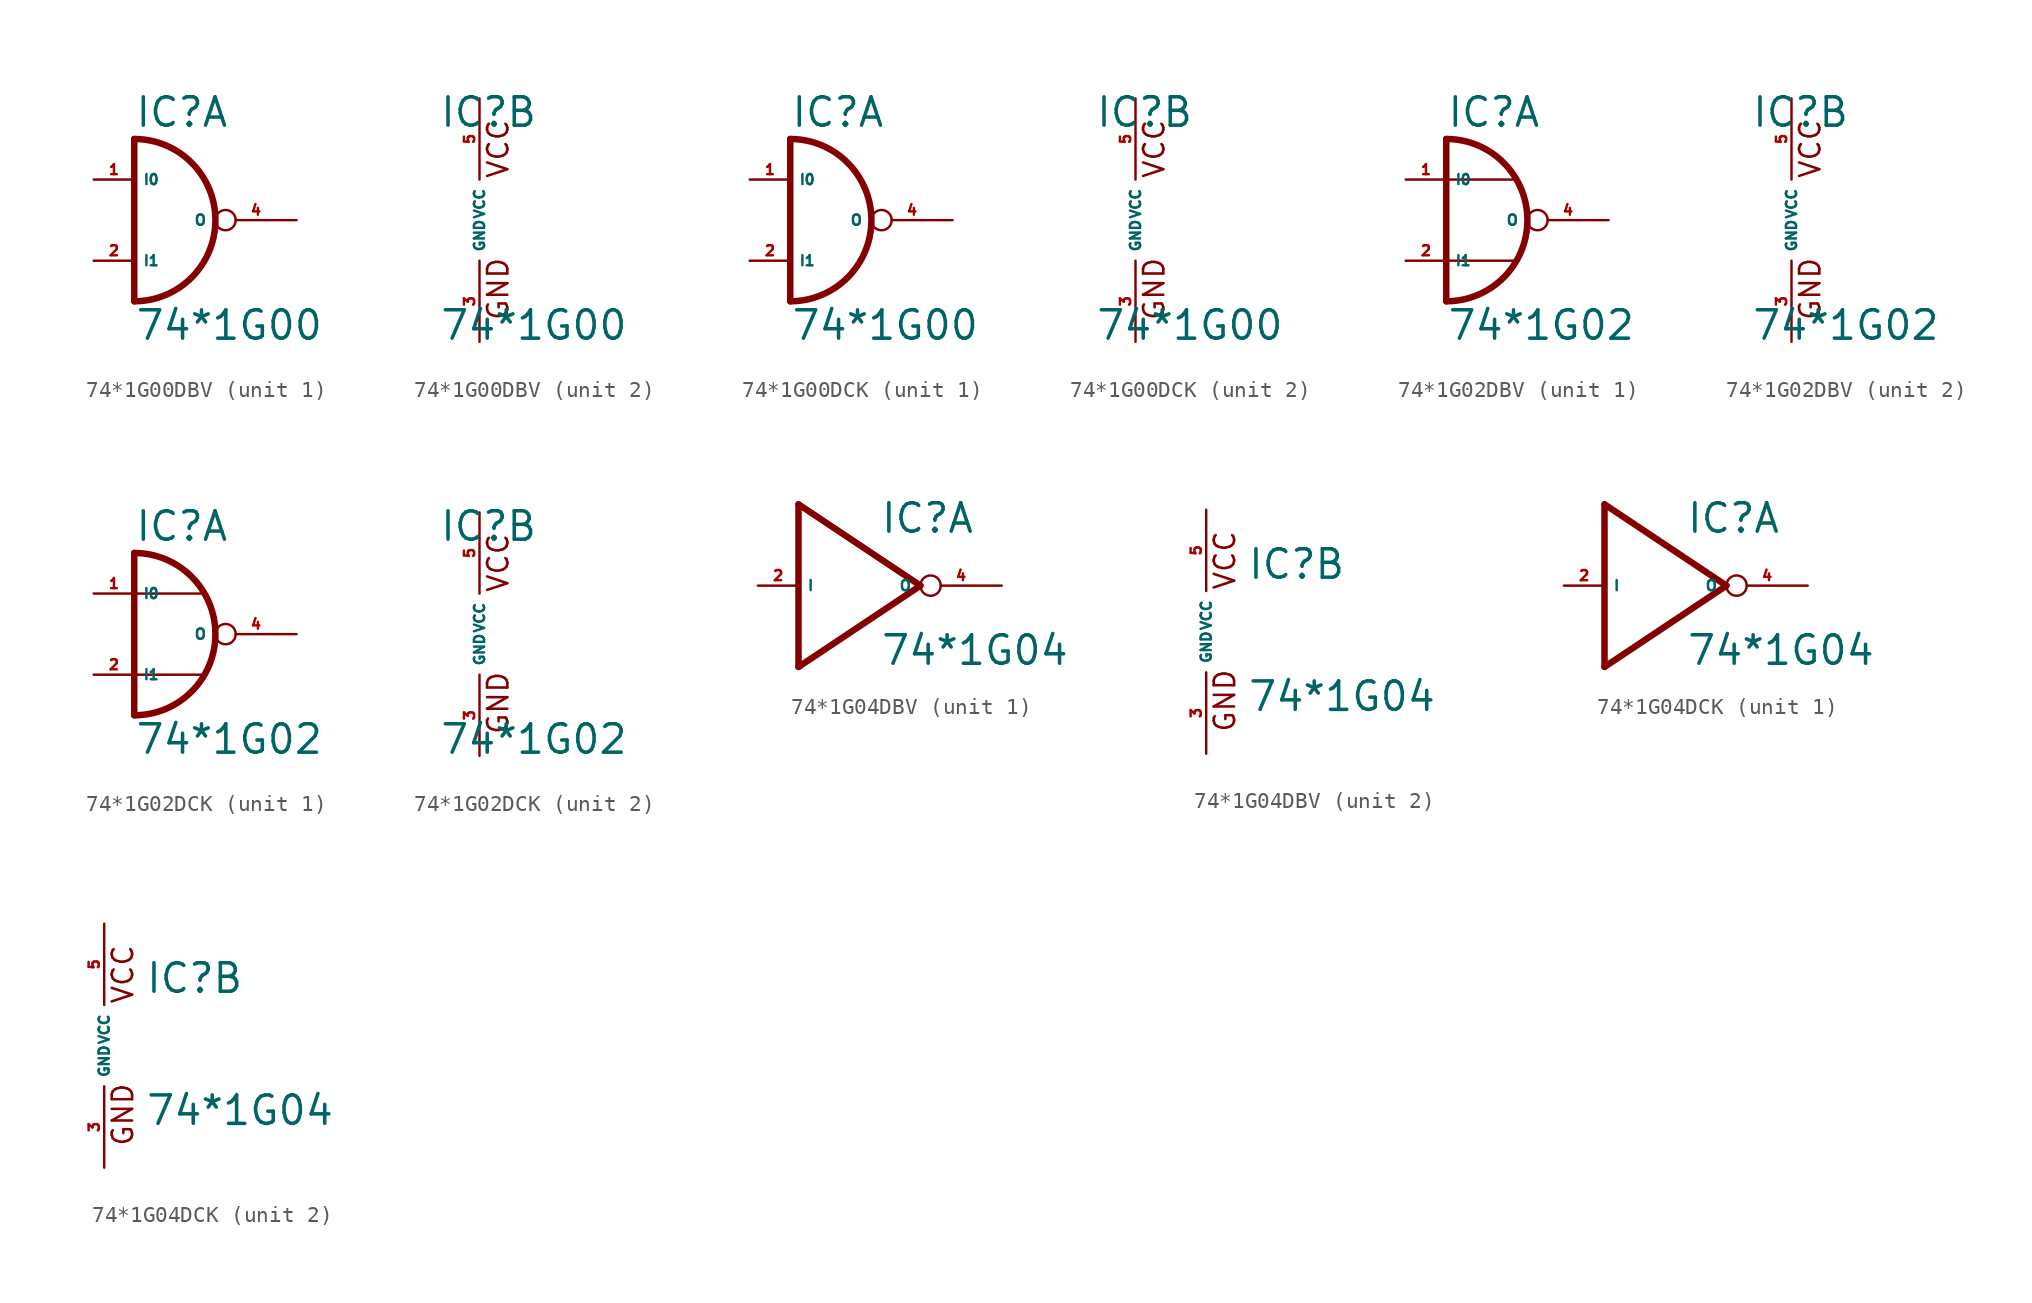
<source format=kicad_sym>
(kicad_symbol_lib
  (version 20220914)
  (generator Eagle2Kicad)
  (symbol "74*1G00DBV"
    (property "Reference" "IC"
      (at -2.54 5.715 0)
      (effects (font (size 1.778 1.778) (thickness 0.22)) (justify left bottom)))
    (property "Value" "74*1G00"
      (at -2.54 -7.62 0)
      (effects (font (size 1.778 1.778) (thickness 0.22)) (justify left bottom)))
    (symbol "74*1G00DBV_1_0"
      (polyline (pts (xy -2.54 5.08) (xy -2.54 -5.08)) (stroke (width 0.406) (type default)) (fill (type none)))
      (arc (start -2.54 -5.08) (mid 2.540 0.000) (end -2.54 5.08) (stroke (width 0.4064) (type default)) (fill (type none)))
      (pin input line (at -5.08 2.54 0) (length 2.54) (name "I0" (effects (font (size 0.635 0.635) (thickness 0.08)) (justify left bottom))) (number "1" (effects (font (size 0.635 0.635) (thickness 0.08)) (justify left bottom))))
      (pin input line (at -5.08 -2.54 0) (length 2.54) (name "I1" (effects (font (size 0.635 0.635) (thickness 0.08)) (justify left bottom))) (number "2" (effects (font (size 0.635 0.635) (thickness 0.08)) (justify left bottom))))
      (pin output inverted (at 7.62 0 180) (length 5.08) (name "O" (effects (font (size 0.635 0.635) (thickness 0.08)) (justify left bottom))) (number "4" (effects (font (size 0.635 0.635) (thickness 0.08)) (justify left bottom)))))
    (symbol "74*1G00DBV_2_0"
      (text "GND" (at 1.905 -6.35 900) (effects (font (size 1.27 1.27) (thickness 0.16)) (justify left bottom)))
      (text "VCC" (at 1.905 2.54 900) (effects (font (size 1.27 1.27) (thickness 0.16)) (justify left bottom)))
      (pin unspecified line (at 0 -7.62 90) (length 5.08) (name "GND" (effects (font (size 0.635 0.635) (thickness 0.08)) (justify left bottom))) (number "3" (effects (font (size 0.635 0.635) (thickness 0.08)) (justify left bottom))))
      (pin unspecified line (at 0 7.62 270) (length 5.08) (name "VCC" (effects (font (size 0.635 0.635) (thickness 0.08)) (justify left bottom))) (number "5" (effects (font (size 0.635 0.635) (thickness 0.08)) (justify left bottom))))))
  (symbol "74*1G00DCK"
    (property "Reference" "IC"
      (at -2.54 5.715 0)
      (effects (font (size 1.778 1.778) (thickness 0.22)) (justify left bottom)))
    (property "Value" "74*1G00"
      (at -2.54 -7.62 0)
      (effects (font (size 1.778 1.778) (thickness 0.22)) (justify left bottom)))
    (symbol "74*1G00DCK_1_0"
      (polyline (pts (xy -2.54 5.08) (xy -2.54 -5.08)) (stroke (width 0.406) (type default)) (fill (type none)))
      (arc (start -2.54 -5.08) (mid 2.540 0.000) (end -2.54 5.08) (stroke (width 0.4064) (type default)) (fill (type none)))
      (pin input line (at -5.08 2.54 0) (length 2.54) (name "I0" (effects (font (size 0.635 0.635) (thickness 0.08)) (justify left bottom))) (number "1" (effects (font (size 0.635 0.635) (thickness 0.08)) (justify left bottom))))
      (pin input line (at -5.08 -2.54 0) (length 2.54) (name "I1" (effects (font (size 0.635 0.635) (thickness 0.08)) (justify left bottom))) (number "2" (effects (font (size 0.635 0.635) (thickness 0.08)) (justify left bottom))))
      (pin output inverted (at 7.62 0 180) (length 5.08) (name "O" (effects (font (size 0.635 0.635) (thickness 0.08)) (justify left bottom))) (number "4" (effects (font (size 0.635 0.635) (thickness 0.08)) (justify left bottom)))))
    (symbol "74*1G00DCK_2_0"
      (text "GND" (at 1.905 -6.35 900) (effects (font (size 1.27 1.27) (thickness 0.16)) (justify left bottom)))
      (text "VCC" (at 1.905 2.54 900) (effects (font (size 1.27 1.27) (thickness 0.16)) (justify left bottom)))
      (pin unspecified line (at 0 -7.62 90) (length 5.08) (name "GND" (effects (font (size 0.635 0.635) (thickness 0.08)) (justify left bottom))) (number "3" (effects (font (size 0.635 0.635) (thickness 0.08)) (justify left bottom))))
      (pin unspecified line (at 0 7.62 270) (length 5.08) (name "VCC" (effects (font (size 0.635 0.635) (thickness 0.08)) (justify left bottom))) (number "5" (effects (font (size 0.635 0.635) (thickness 0.08)) (justify left bottom))))))
  (symbol "74*1G02DBV"
    (property "Reference" "IC"
      (at -2.54 5.715 0)
      (effects (font (size 1.778 1.778) (thickness 0.22)) (justify left bottom)))
    (property "Value" "74*1G02"
      (at -2.54 -7.62 0)
      (effects (font (size 1.778 1.778) (thickness 0.22)) (justify left bottom)))
    (symbol "74*1G02DBV_1_0"
      (polyline (pts (xy -2.54 2.54) (xy 1.778 2.54)) (stroke (width 0.152) (type default)) (fill (type none)))
      (polyline (pts (xy -2.54 -2.54) (xy 1.778 -2.54)) (stroke (width 0.152) (type default)) (fill (type none)))
      (arc (start -2.54 -5.08) (mid 2.540 0.000) (end -2.54 5.08) (stroke (width 0.4064) (type default)) (fill (type none)))
      (polyline (pts (xy -2.54 5.08) (xy -2.54 2.54)) (stroke (width 0.406) (type default)) (fill (type none)))
      (polyline (pts (xy -2.54 2.54) (xy -2.54 -2.54)) (stroke (width 0.406) (type default)) (fill (type none)))
      (polyline (pts (xy -2.54 -2.54) (xy -2.54 -5.08)) (stroke (width 0.406) (type default)) (fill (type none)))
      (pin output inverted (at 7.62 0 180) (length 5.08) (name "O" (effects (font (size 0.635 0.635) (thickness 0.08)) (justify left bottom))) (number "4" (effects (font (size 0.635 0.635) (thickness 0.08)) (justify left bottom))))
      (pin input line (at -5.08 2.54 0) (length 2.54) (name "I0" (effects (font (size 0.635 0.635) (thickness 0.08)) (justify left bottom))) (number "1" (effects (font (size 0.635 0.635) (thickness 0.08)) (justify left bottom))))
      (pin input line (at -5.08 -2.54 0) (length 2.54) (name "I1" (effects (font (size 0.635 0.635) (thickness 0.08)) (justify left bottom))) (number "2" (effects (font (size 0.635 0.635) (thickness 0.08)) (justify left bottom)))))
    (symbol "74*1G02DBV_2_0"
      (text "GND" (at 1.905 -6.35 900) (effects (font (size 1.27 1.27) (thickness 0.16)) (justify left bottom)))
      (text "VCC" (at 1.905 2.54 900) (effects (font (size 1.27 1.27) (thickness 0.16)) (justify left bottom)))
      (pin unspecified line (at 0 -7.62 90) (length 5.08) (name "GND" (effects (font (size 0.635 0.635) (thickness 0.08)) (justify left bottom))) (number "3" (effects (font (size 0.635 0.635) (thickness 0.08)) (justify left bottom))))
      (pin unspecified line (at 0 7.62 270) (length 5.08) (name "VCC" (effects (font (size 0.635 0.635) (thickness 0.08)) (justify left bottom))) (number "5" (effects (font (size 0.635 0.635) (thickness 0.08)) (justify left bottom))))))
  (symbol "74*1G02DCK"
    (property "Reference" "IC"
      (at -2.54 5.715 0)
      (effects (font (size 1.778 1.778) (thickness 0.22)) (justify left bottom)))
    (property "Value" "74*1G02"
      (at -2.54 -7.62 0)
      (effects (font (size 1.778 1.778) (thickness 0.22)) (justify left bottom)))
    (symbol "74*1G02DCK_1_0"
      (polyline (pts (xy -2.54 2.54) (xy 1.778 2.54)) (stroke (width 0.152) (type default)) (fill (type none)))
      (polyline (pts (xy -2.54 -2.54) (xy 1.778 -2.54)) (stroke (width 0.152) (type default)) (fill (type none)))
      (arc (start -2.54 -5.08) (mid 2.540 0.000) (end -2.54 5.08) (stroke (width 0.4064) (type default)) (fill (type none)))
      (polyline (pts (xy -2.54 5.08) (xy -2.54 2.54)) (stroke (width 0.406) (type default)) (fill (type none)))
      (polyline (pts (xy -2.54 2.54) (xy -2.54 -2.54)) (stroke (width 0.406) (type default)) (fill (type none)))
      (polyline (pts (xy -2.54 -2.54) (xy -2.54 -5.08)) (stroke (width 0.406) (type default)) (fill (type none)))
      (pin output inverted (at 7.62 0 180) (length 5.08) (name "O" (effects (font (size 0.635 0.635) (thickness 0.08)) (justify left bottom))) (number "4" (effects (font (size 0.635 0.635) (thickness 0.08)) (justify left bottom))))
      (pin input line (at -5.08 2.54 0) (length 2.54) (name "I0" (effects (font (size 0.635 0.635) (thickness 0.08)) (justify left bottom))) (number "1" (effects (font (size 0.635 0.635) (thickness 0.08)) (justify left bottom))))
      (pin input line (at -5.08 -2.54 0) (length 2.54) (name "I1" (effects (font (size 0.635 0.635) (thickness 0.08)) (justify left bottom))) (number "2" (effects (font (size 0.635 0.635) (thickness 0.08)) (justify left bottom)))))
    (symbol "74*1G02DCK_2_0"
      (text "GND" (at 1.905 -6.35 900) (effects (font (size 1.27 1.27) (thickness 0.16)) (justify left bottom)))
      (text "VCC" (at 1.905 2.54 900) (effects (font (size 1.27 1.27) (thickness 0.16)) (justify left bottom)))
      (pin unspecified line (at 0 -7.62 90) (length 5.08) (name "GND" (effects (font (size 0.635 0.635) (thickness 0.08)) (justify left bottom))) (number "3" (effects (font (size 0.635 0.635) (thickness 0.08)) (justify left bottom))))
      (pin unspecified line (at 0 7.62 270) (length 5.08) (name "VCC" (effects (font (size 0.635 0.635) (thickness 0.08)) (justify left bottom))) (number "5" (effects (font (size 0.635 0.635) (thickness 0.08)) (justify left bottom))))))
  (symbol "74*1G04DBV"
    (property "Reference" "IC"
      (at 2.54 3.175 0)
      (effects (font (size 1.778 1.778) (thickness 0.22)) (justify left bottom)))
    (property "Value" "74*1G04"
      (at 2.54 -5.08 0)
      (effects (font (size 1.778 1.778) (thickness 0.22)) (justify left bottom)))
    (symbol "74*1G04DBV_1_0"
      (polyline (pts (xy -2.54 5.08) (xy 5.08 0)) (stroke (width 0.406) (type default)) (fill (type none)))
      (polyline (pts (xy 5.08 0) (xy -2.54 -5.08)) (stroke (width 0.406) (type default)) (fill (type none)))
      (polyline (pts (xy -2.54 -5.08) (xy -2.54 5.08)) (stroke (width 0.406) (type default)) (fill (type none)))
      (pin input line (at -5.08 0 0) (length 2.54) (name "I" (effects (font (size 0.635 0.635) (thickness 0.08)) (justify left bottom))) (number "2" (effects (font (size 0.635 0.635) (thickness 0.08)) (justify left bottom))))
      (pin output inverted (at 10.16 0 180) (length 5.08) (name "O" (effects (font (size 0.635 0.635) (thickness 0.08)) (justify left bottom))) (number "4" (effects (font (size 0.635 0.635) (thickness 0.08)) (justify left bottom)))))
    (symbol "74*1G04DBV_2_0"
      (text "GND" (at 1.905 -6.35 900) (effects (font (size 1.27 1.27) (thickness 0.16)) (justify left bottom)))
      (text "VCC" (at 1.905 2.54 900) (effects (font (size 1.27 1.27) (thickness 0.16)) (justify left bottom)))
      (pin unspecified line (at 0 -7.62 90) (length 5.08) (name "GND" (effects (font (size 0.635 0.635) (thickness 0.08)) (justify left bottom))) (number "3" (effects (font (size 0.635 0.635) (thickness 0.08)) (justify left bottom))))
      (pin unspecified line (at 0 7.62 270) (length 5.08) (name "VCC" (effects (font (size 0.635 0.635) (thickness 0.08)) (justify left bottom))) (number "5" (effects (font (size 0.635 0.635) (thickness 0.08)) (justify left bottom))))))
  (symbol "74*1G04DCK"
    (property "Reference" "IC"
      (at 2.54 3.175 0)
      (effects (font (size 1.778 1.778) (thickness 0.22)) (justify left bottom)))
    (property "Value" "74*1G04"
      (at 2.54 -5.08 0)
      (effects (font (size 1.778 1.778) (thickness 0.22)) (justify left bottom)))
    (symbol "74*1G04DCK_1_0"
      (polyline (pts (xy -2.54 5.08) (xy 5.08 0)) (stroke (width 0.406) (type default)) (fill (type none)))
      (polyline (pts (xy 5.08 0) (xy -2.54 -5.08)) (stroke (width 0.406) (type default)) (fill (type none)))
      (polyline (pts (xy -2.54 -5.08) (xy -2.54 5.08)) (stroke (width 0.406) (type default)) (fill (type none)))
      (pin input line (at -5.08 0 0) (length 2.54) (name "I" (effects (font (size 0.635 0.635) (thickness 0.08)) (justify left bottom))) (number "2" (effects (font (size 0.635 0.635) (thickness 0.08)) (justify left bottom))))
      (pin output inverted (at 10.16 0 180) (length 5.08) (name "O" (effects (font (size 0.635 0.635) (thickness 0.08)) (justify left bottom))) (number "4" (effects (font (size 0.635 0.635) (thickness 0.08)) (justify left bottom)))))
    (symbol "74*1G04DCK_2_0"
      (text "GND" (at 1.905 -6.35 900) (effects (font (size 1.27 1.27) (thickness 0.16)) (justify left bottom)))
      (text "VCC" (at 1.905 2.54 900) (effects (font (size 1.27 1.27) (thickness 0.16)) (justify left bottom)))
      (pin unspecified line (at 0 -7.62 90) (length 5.08) (name "GND" (effects (font (size 0.635 0.635) (thickness 0.08)) (justify left bottom))) (number "3" (effects (font (size 0.635 0.635) (thickness 0.08)) (justify left bottom))))
      (pin unspecified line (at 0 7.62 270) (length 5.08) (name "VCC" (effects (font (size 0.635 0.635) (thickness 0.08)) (justify left bottom))) (number "5" (effects (font (size 0.635 0.635) (thickness 0.08)) (justify left bottom)))))))
</source>
